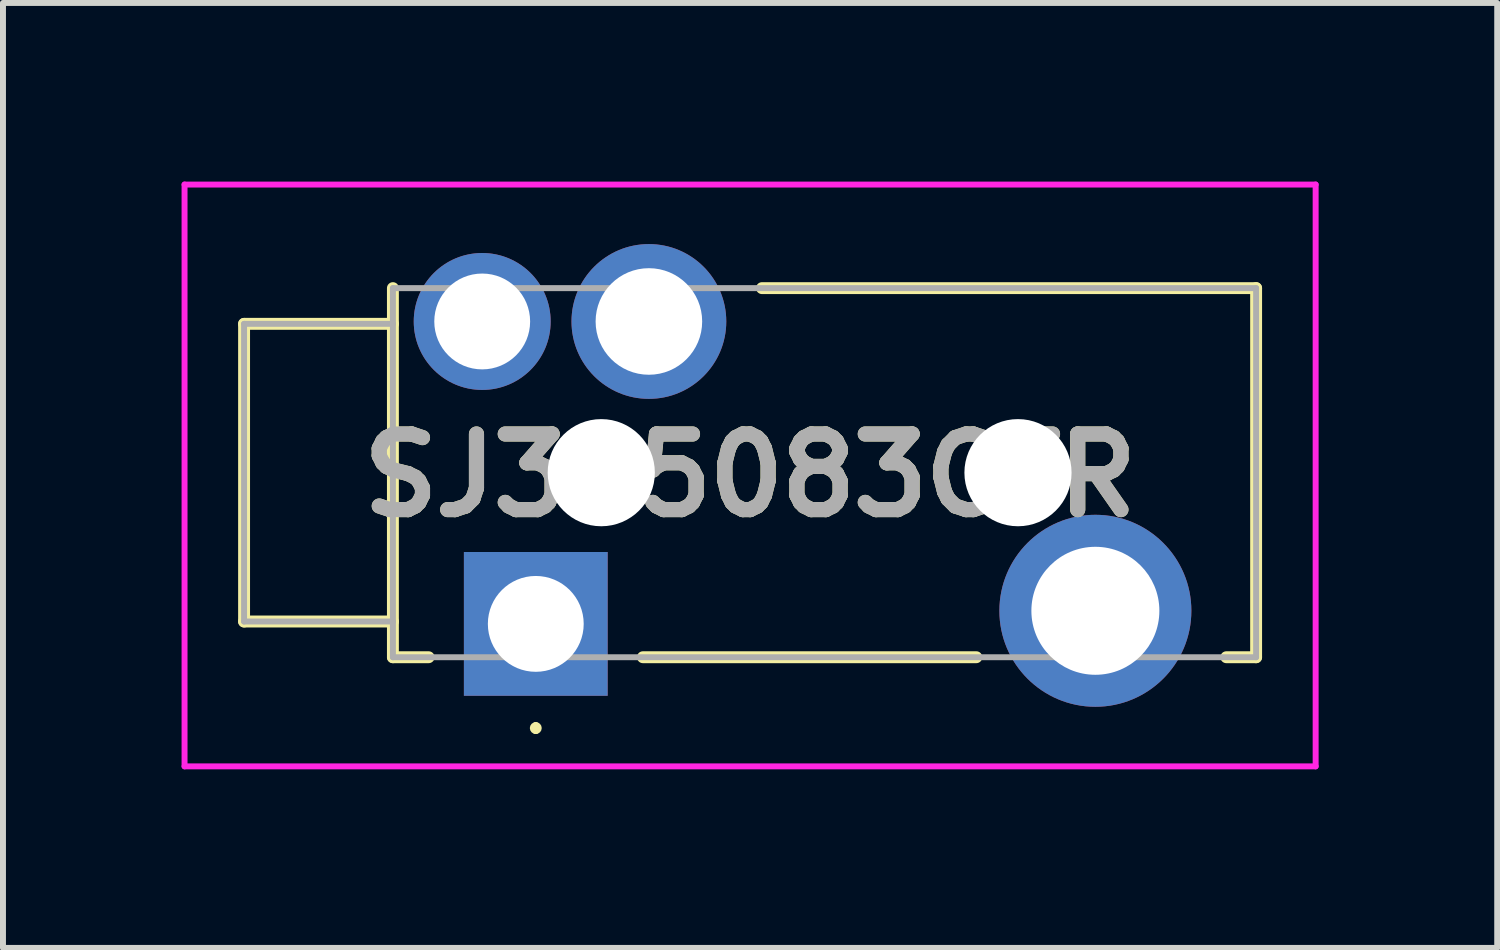
<source format=kicad_pcb>
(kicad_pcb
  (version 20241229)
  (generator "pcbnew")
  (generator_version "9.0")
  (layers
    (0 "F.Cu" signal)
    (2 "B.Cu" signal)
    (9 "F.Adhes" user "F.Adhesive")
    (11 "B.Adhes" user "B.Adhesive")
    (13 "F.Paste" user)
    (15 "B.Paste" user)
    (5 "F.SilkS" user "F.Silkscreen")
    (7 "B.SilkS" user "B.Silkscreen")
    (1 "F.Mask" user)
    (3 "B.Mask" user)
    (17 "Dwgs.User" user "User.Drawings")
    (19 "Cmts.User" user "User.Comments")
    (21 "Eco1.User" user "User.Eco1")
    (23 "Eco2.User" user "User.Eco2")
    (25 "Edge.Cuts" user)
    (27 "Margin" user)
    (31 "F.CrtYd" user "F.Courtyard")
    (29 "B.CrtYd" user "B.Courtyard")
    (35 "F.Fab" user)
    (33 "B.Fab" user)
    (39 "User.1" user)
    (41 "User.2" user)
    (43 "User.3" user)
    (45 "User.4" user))
  (footprint "SJ335083CTR"
    (layer "F.Cu")
    (at 5.95 7.43)
    (property "Reference" "SJ335083CTR" (at 3.6 -2.494 0) (layer "F.SilkS") (effects (font (size 1.27 1.27) (thickness 0.254))))
    (attr through_hole)
    (fp_line (start -4.9 -5.04) (end -4.9 -0.04) (stroke (width 0.2) (type solid)) (layer "F.SilkS"))
    (fp_line (start -4.9 -0.04) (end -2.4 -0.04) (stroke (width 0.2) (type solid)) (layer "F.SilkS"))
    (fp_line (start -2.4 -5.64) (end -2.4 0.56) (stroke (width 0.2) (type solid)) (layer "F.SilkS"))
    (fp_line (start -2.4 -5.04) (end -4.9 -5.04) (stroke (width 0.2) (type solid)) (layer "F.SilkS"))
    (fp_line (start -2.4 0.56) (end -1.8 0.56) (stroke (width 0.2) (type solid)) (layer "F.SilkS"))
    (fp_line (start 0 1.7) (end 0 1.7) (stroke (width 0.1) (type solid)) (layer "F.SilkS"))
    (fp_line (start 0 1.8) (end 0 1.8) (stroke (width 0.1) (type solid)) (layer "F.SilkS"))
    (fp_line (start 3.8 -5.64) (end 12.1 -5.64) (stroke (width 0.2) (type solid)) (layer "F.SilkS"))
    (fp_line (start 7.4 0.56) (end 1.8 0.56) (stroke (width 0.2) (type solid)) (layer "F.SilkS"))
    (fp_line (start 12.1 -5.64) (end 12.1 0.56) (stroke (width 0.2) (type solid)) (layer "F.SilkS"))
    (fp_line (start 12.1 0.56) (end 11.6 0.56) (stroke (width 0.2) (type solid)) (layer "F.SilkS"))
    (fp_arc (start 0 1.7) (mid 0.05 1.75) (end 0 1.8) (stroke (width 0.1) (type solid)) (layer "F.SilkS"))
    (fp_arc (start 0 1.8) (mid -0.05 1.75) (end 0 1.7) (stroke (width 0.1) (type solid)) (layer "F.SilkS"))
    (fp_line (start -5.9 -7.38) (end 13.1 -7.38) (stroke (width 0.1) (type solid)) (layer "F.CrtYd"))
    (fp_line (start -5.9 2.393) (end -5.9 -7.38) (stroke (width 0.1) (type solid)) (layer "F.CrtYd"))
    (fp_line (start 13.1 -7.38) (end 13.1 2.393) (stroke (width 0.1) (type solid)) (layer "F.CrtYd"))
    (fp_line (start 13.1 2.393) (end -5.9 2.393) (stroke (width 0.1) (type solid)) (layer "F.CrtYd"))
    (fp_line (start -4.9 -5.04) (end -4.9 -0.04) (stroke (width 0.1) (type solid)) (layer "F.Fab"))
    (fp_line (start -4.9 -0.04) (end -2.4 -0.04) (stroke (width 0.1) (type solid)) (layer "F.Fab"))
    (fp_line (start -2.4 -5.64) (end 12.1 -5.64) (stroke (width 0.1) (type solid)) (layer "F.Fab"))
    (fp_line (start -2.4 -5.04) (end -4.9 -5.04) (stroke (width 0.1) (type solid)) (layer "F.Fab"))
    (fp_line (start -2.4 0.56) (end -2.4 -5.64) (stroke (width 0.1) (type solid)) (layer "F.Fab"))
    (fp_line (start 12.1 -5.64) (end 12.1 0.56) (stroke (width 0.1) (type solid)) (layer "F.Fab"))
    (fp_line (start 12.1 0.56) (end -2.4 0.56) (stroke (width 0.1) (type solid)) (layer "F.Fab"))
    (fp_text user "${REFERENCE}" (at 3.6 -2.494 0) (layer "F.Fab") (effects (font (size 1.27 1.27) (thickness 0.254))))
    (pad "" np_thru_hole circle (at 1.1 -2.54) (size 1.8 1.8) (drill 1.8) (layers "*.Cu" "*.Mask"))
    (pad "" np_thru_hole circle (at 8.1 -2.54) (size 1.8 1.8) (drill 1.8) (layers "*.Cu" "*.Mask"))
    (pad "1" thru_hole rect (at 0 0) (size 2.415 2.415) (drill 1.61) (layers "*.Cu" "*.Mask"))
    (pad "2" thru_hole circle (at 9.4 -0.22) (size 3.225 3.225) (drill 2.15) (layers "*.Cu" "*.Mask"))
    (pad "4" thru_hole circle (at -0.9 -5.08) (size 2.3 2.3) (drill 1.61) (layers "*.Cu" "*.Mask"))
    (pad "5" thru_hole circle (at 1.9 -5.08) (size 2.6 2.6) (drill 1.79) (layers "*.Cu" "*.Mask")))
  (gr_rect
    (start -3 -3)
    (end 22.1 12.873)
    (stroke (width 0.1) (type default))
    (fill no)
    (layer "Edge.Cuts")))
</source>
